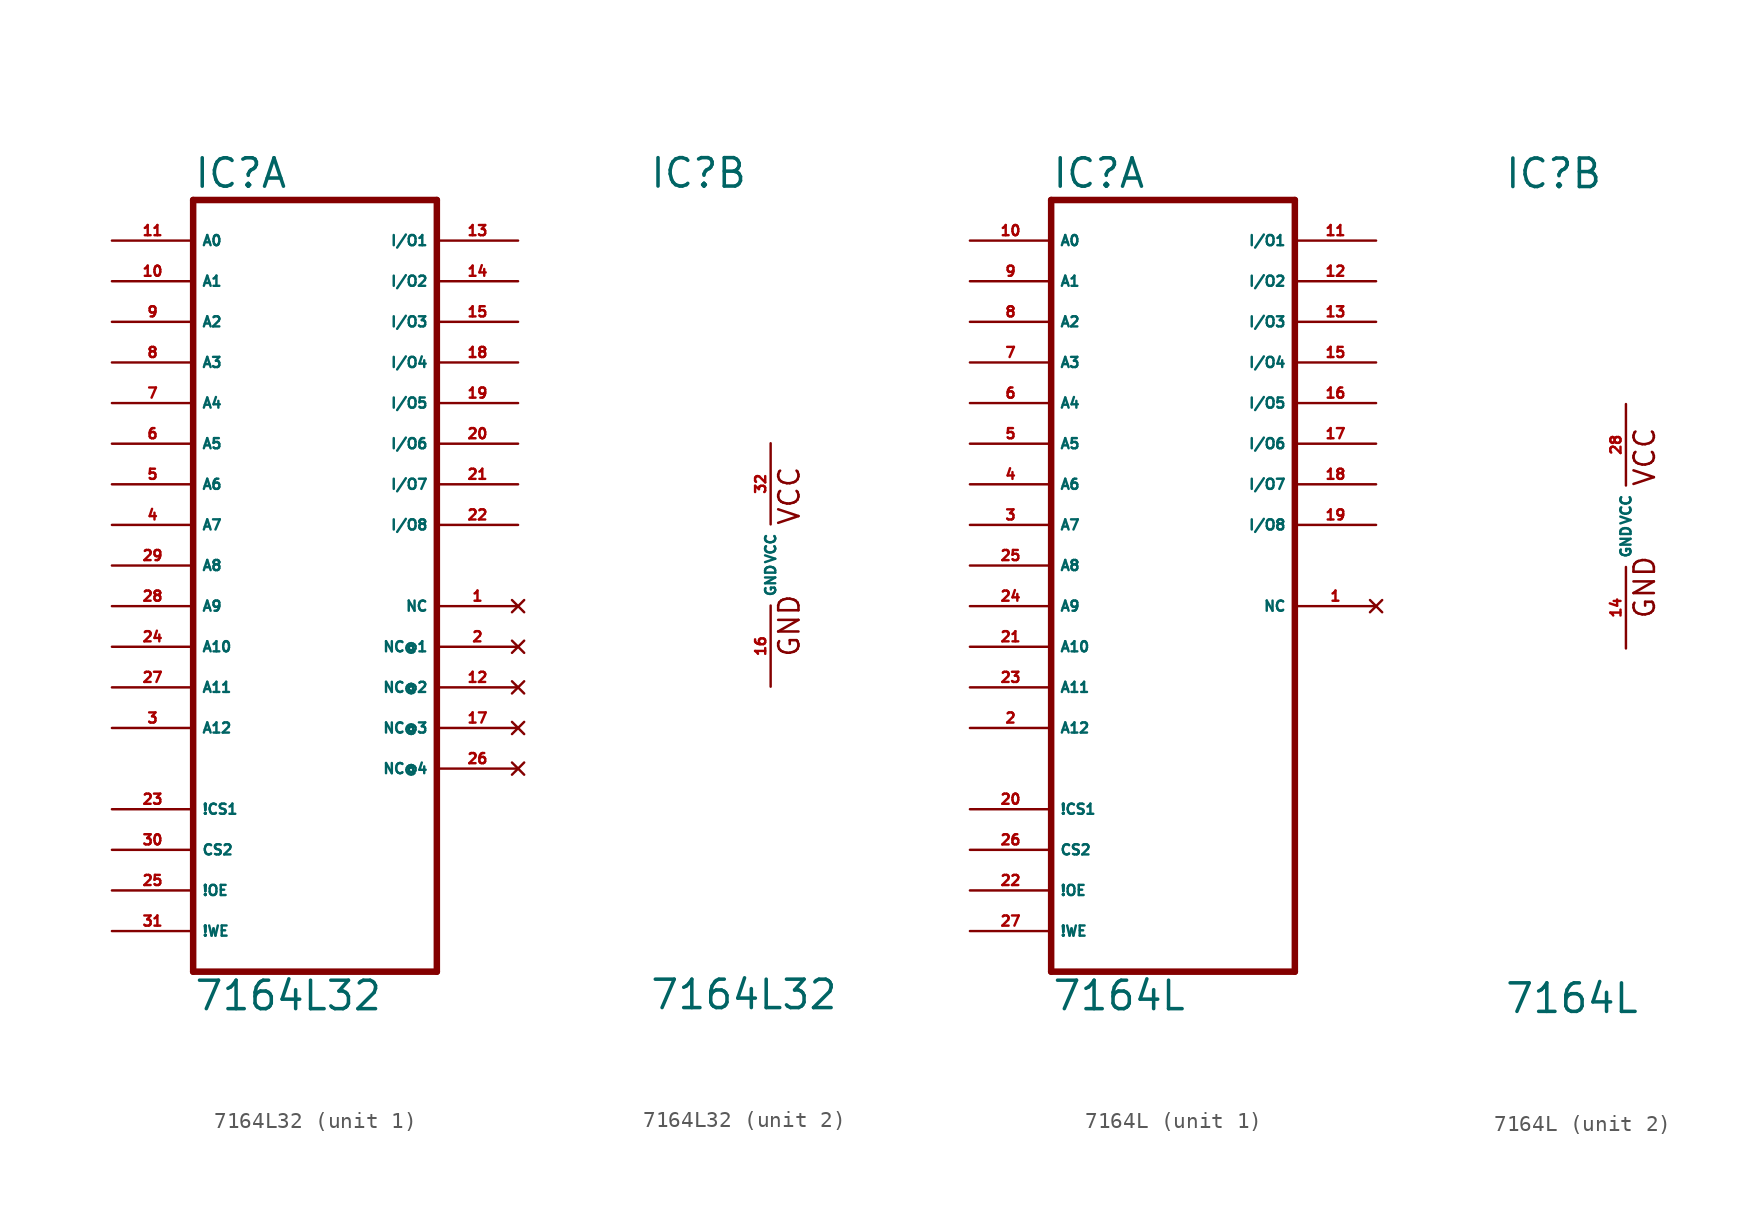
<source format=kicad_sym>
(kicad_symbol_lib
  (version 20220914)
  (generator Eagle2Kicad)
  (symbol "7164L32"
    (property "Reference" "IC"
      (at -7.62 23.495 0)
      (effects (font (size 1.778 1.778) (thickness 0.22)) (justify left bottom)))
    (property "Value" "7164L32"
      (at -7.62 -27.94 0)
      (effects (font (size 1.778 1.778) (thickness 0.22)) (justify left bottom)))
    (symbol "7164L32_1_0"
      (polyline (pts (xy -7.62 -25.4) (xy 7.62 -25.4)) (stroke (width 0.406) (type default)) (fill (type none)))
      (polyline (pts (xy 7.62 -25.4) (xy 7.62 22.86)) (stroke (width 0.406) (type default)) (fill (type none)))
      (polyline (pts (xy 7.62 22.86) (xy -7.62 22.86)) (stroke (width 0.406) (type default)) (fill (type none)))
      (polyline (pts (xy -7.62 22.86) (xy -7.62 -25.4)) (stroke (width 0.406) (type default)) (fill (type none)))
      (pin input line (at -12.7 20.32 0) (length 5.08) (name "A0" (effects (font (size 0.635 0.635) (thickness 0.08)) (justify left bottom))) (number "11" (effects (font (size 0.635 0.635) (thickness 0.08)) (justify left bottom))))
      (pin input line (at -12.7 17.78 0) (length 5.08) (name "A1" (effects (font (size 0.635 0.635) (thickness 0.08)) (justify left bottom))) (number "10" (effects (font (size 0.635 0.635) (thickness 0.08)) (justify left bottom))))
      (pin input line (at -12.7 15.24 0) (length 5.08) (name "A2" (effects (font (size 0.635 0.635) (thickness 0.08)) (justify left bottom))) (number "9" (effects (font (size 0.635 0.635) (thickness 0.08)) (justify left bottom))))
      (pin input line (at -12.7 12.7 0) (length 5.08) (name "A3" (effects (font (size 0.635 0.635) (thickness 0.08)) (justify left bottom))) (number "8" (effects (font (size 0.635 0.635) (thickness 0.08)) (justify left bottom))))
      (pin input line (at -12.7 10.16 0) (length 5.08) (name "A4" (effects (font (size 0.635 0.635) (thickness 0.08)) (justify left bottom))) (number "7" (effects (font (size 0.635 0.635) (thickness 0.08)) (justify left bottom))))
      (pin input line (at -12.7 7.62 0) (length 5.08) (name "A5" (effects (font (size 0.635 0.635) (thickness 0.08)) (justify left bottom))) (number "6" (effects (font (size 0.635 0.635) (thickness 0.08)) (justify left bottom))))
      (pin input line (at -12.7 5.08 0) (length 5.08) (name "A6" (effects (font (size 0.635 0.635) (thickness 0.08)) (justify left bottom))) (number "5" (effects (font (size 0.635 0.635) (thickness 0.08)) (justify left bottom))))
      (pin input line (at -12.7 2.54 0) (length 5.08) (name "A7" (effects (font (size 0.635 0.635) (thickness 0.08)) (justify left bottom))) (number "4" (effects (font (size 0.635 0.635) (thickness 0.08)) (justify left bottom))))
      (pin input line (at -12.7 0 0) (length 5.08) (name "A8" (effects (font (size 0.635 0.635) (thickness 0.08)) (justify left bottom))) (number "29" (effects (font (size 0.635 0.635) (thickness 0.08)) (justify left bottom))))
      (pin input line (at -12.7 -2.54 0) (length 5.08) (name "A9" (effects (font (size 0.635 0.635) (thickness 0.08)) (justify left bottom))) (number "28" (effects (font (size 0.635 0.635) (thickness 0.08)) (justify left bottom))))
      (pin input line (at -12.7 -5.08 0) (length 5.08) (name "A10" (effects (font (size 0.635 0.635) (thickness 0.08)) (justify left bottom))) (number "24" (effects (font (size 0.635 0.635) (thickness 0.08)) (justify left bottom))))
      (pin input line (at -12.7 -20.32 0) (length 5.08) (name "!OE" (effects (font (size 0.635 0.635) (thickness 0.08)) (justify left bottom))) (number "25" (effects (font (size 0.635 0.635) (thickness 0.08)) (justify left bottom))))
      (pin bidirectional line (at 12.7 10.16 180) (length 5.08) (name "I/O5" (effects (font (size 0.635 0.635) (thickness 0.08)) (justify left bottom))) (number "19" (effects (font (size 0.635 0.635) (thickness 0.08)) (justify left bottom))))
      (pin bidirectional line (at 12.7 7.62 180) (length 5.08) (name "I/O6" (effects (font (size 0.635 0.635) (thickness 0.08)) (justify left bottom))) (number "20" (effects (font (size 0.635 0.635) (thickness 0.08)) (justify left bottom))))
      (pin bidirectional line (at 12.7 5.08 180) (length 5.08) (name "I/O7" (effects (font (size 0.635 0.635) (thickness 0.08)) (justify left bottom))) (number "21" (effects (font (size 0.635 0.635) (thickness 0.08)) (justify left bottom))))
      (pin bidirectional line (at 12.7 2.54 180) (length 5.08) (name "I/O8" (effects (font (size 0.635 0.635) (thickness 0.08)) (justify left bottom))) (number "22" (effects (font (size 0.635 0.635) (thickness 0.08)) (justify left bottom))))
      (pin input line (at -12.7 -22.86 0) (length 5.08) (name "!WE" (effects (font (size 0.635 0.635) (thickness 0.08)) (justify left bottom))) (number "31" (effects (font (size 0.635 0.635) (thickness 0.08)) (justify left bottom))))
      (pin bidirectional line (at 12.7 20.32 180) (length 5.08) (name "I/O1" (effects (font (size 0.635 0.635) (thickness 0.08)) (justify left bottom))) (number "13" (effects (font (size 0.635 0.635) (thickness 0.08)) (justify left bottom))))
      (pin bidirectional line (at 12.7 17.78 180) (length 5.08) (name "I/O2" (effects (font (size 0.635 0.635) (thickness 0.08)) (justify left bottom))) (number "14" (effects (font (size 0.635 0.635) (thickness 0.08)) (justify left bottom))))
      (pin bidirectional line (at 12.7 15.24 180) (length 5.08) (name "I/O3" (effects (font (size 0.635 0.635) (thickness 0.08)) (justify left bottom))) (number "15" (effects (font (size 0.635 0.635) (thickness 0.08)) (justify left bottom))))
      (pin bidirectional line (at 12.7 12.7 180) (length 5.08) (name "I/O4" (effects (font (size 0.635 0.635) (thickness 0.08)) (justify left bottom))) (number "18" (effects (font (size 0.635 0.635) (thickness 0.08)) (justify left bottom))))
      (pin input line (at -12.7 -7.62 0) (length 5.08) (name "A11" (effects (font (size 0.635 0.635) (thickness 0.08)) (justify left bottom))) (number "27" (effects (font (size 0.635 0.635) (thickness 0.08)) (justify left bottom))))
      (pin input line (at -12.7 -15.24 0) (length 5.08) (name "!CS1" (effects (font (size 0.635 0.635) (thickness 0.08)) (justify left bottom))) (number "23" (effects (font (size 0.635 0.635) (thickness 0.08)) (justify left bottom))))
      (pin input line (at -12.7 -17.78 0) (length 5.08) (name "CS2" (effects (font (size 0.635 0.635) (thickness 0.08)) (justify left bottom))) (number "30" (effects (font (size 0.635 0.635) (thickness 0.08)) (justify left bottom))))
      (pin input line (at -12.7 -10.16 0) (length 5.08) (name "A12" (effects (font (size 0.635 0.635) (thickness 0.08)) (justify left bottom))) (number "3" (effects (font (size 0.635 0.635) (thickness 0.08)) (justify left bottom))))
      (pin no_connect line (at 12.7 -2.54 180) (length 5.08) (name "NC" (effects (font (size 0.635 0.635) (thickness 0.08)) (justify left bottom) hide)) (number "1" (effects (font (size 0.635 0.635) (thickness 0.08)) (justify left bottom) hide)))
      (pin no_connect line (at 12.7 -5.08 180) (length 5.08) (name "NC@1" (effects (font (size 0.635 0.635) (thickness 0.08)) (justify left bottom) hide)) (number "2" (effects (font (size 0.635 0.635) (thickness 0.08)) (justify left bottom) hide)))
      (pin no_connect line (at 12.7 -7.62 180) (length 5.08) (name "NC@2" (effects (font (size 0.635 0.635) (thickness 0.08)) (justify left bottom) hide)) (number "12" (effects (font (size 0.635 0.635) (thickness 0.08)) (justify left bottom) hide)))
      (pin no_connect line (at 12.7 -10.16 180) (length 5.08) (name "NC@3" (effects (font (size 0.635 0.635) (thickness 0.08)) (justify left bottom) hide)) (number "17" (effects (font (size 0.635 0.635) (thickness 0.08)) (justify left bottom) hide)))
      (pin no_connect line (at 12.7 -12.7 180) (length 5.08) (name "NC@4" (effects (font (size 0.635 0.635) (thickness 0.08)) (justify left bottom) hide)) (number "26" (effects (font (size 0.635 0.635) (thickness 0.08)) (justify left bottom) hide))))
    (symbol "7164L32_2_0"
      (text "GND" (at 1.905 -5.842 900) (effects (font (size 1.27 1.27) (thickness 0.16)) (justify left bottom)))
      (text "VCC" (at 1.905 2.413 900) (effects (font (size 1.27 1.27) (thickness 0.16)) (justify left bottom)))
      (pin unspecified line (at 0 7.62 270) (length 5.08) (name "VCC" (effects (font (size 0.635 0.635) (thickness 0.08)) (justify left bottom))) (number "32" (effects (font (size 0.635 0.635) (thickness 0.08)) (justify left bottom))))
      (pin unspecified line (at 0 -7.62 90) (length 5.08) (name "GND" (effects (font (size 0.635 0.635) (thickness 0.08)) (justify left bottom))) (number "16" (effects (font (size 0.635 0.635) (thickness 0.08)) (justify left bottom))))))
  (symbol "7164L"
    (property "Reference" "IC"
      (at -7.62 20.955 0)
      (effects (font (size 1.778 1.778) (thickness 0.22)) (justify left bottom)))
    (property "Value" "7164L"
      (at -7.62 -30.48 0)
      (effects (font (size 1.778 1.778) (thickness 0.22)) (justify left bottom)))
    (symbol "7164L_1_0"
      (polyline (pts (xy -7.62 -27.94) (xy 7.62 -27.94)) (stroke (width 0.406) (type default)) (fill (type none)))
      (polyline (pts (xy 7.62 -27.94) (xy 7.62 20.32)) (stroke (width 0.406) (type default)) (fill (type none)))
      (polyline (pts (xy 7.62 20.32) (xy -7.62 20.32)) (stroke (width 0.406) (type default)) (fill (type none)))
      (polyline (pts (xy -7.62 20.32) (xy -7.62 -27.94)) (stroke (width 0.406) (type default)) (fill (type none)))
      (pin input line (at -12.7 17.78 0) (length 5.08) (name "A0" (effects (font (size 0.635 0.635) (thickness 0.08)) (justify left bottom))) (number "10" (effects (font (size 0.635 0.635) (thickness 0.08)) (justify left bottom))))
      (pin input line (at -12.7 15.24 0) (length 5.08) (name "A1" (effects (font (size 0.635 0.635) (thickness 0.08)) (justify left bottom))) (number "9" (effects (font (size 0.635 0.635) (thickness 0.08)) (justify left bottom))))
      (pin input line (at -12.7 12.7 0) (length 5.08) (name "A2" (effects (font (size 0.635 0.635) (thickness 0.08)) (justify left bottom))) (number "8" (effects (font (size 0.635 0.635) (thickness 0.08)) (justify left bottom))))
      (pin input line (at -12.7 10.16 0) (length 5.08) (name "A3" (effects (font (size 0.635 0.635) (thickness 0.08)) (justify left bottom))) (number "7" (effects (font (size 0.635 0.635) (thickness 0.08)) (justify left bottom))))
      (pin input line (at -12.7 7.62 0) (length 5.08) (name "A4" (effects (font (size 0.635 0.635) (thickness 0.08)) (justify left bottom))) (number "6" (effects (font (size 0.635 0.635) (thickness 0.08)) (justify left bottom))))
      (pin input line (at -12.7 5.08 0) (length 5.08) (name "A5" (effects (font (size 0.635 0.635) (thickness 0.08)) (justify left bottom))) (number "5" (effects (font (size 0.635 0.635) (thickness 0.08)) (justify left bottom))))
      (pin input line (at -12.7 2.54 0) (length 5.08) (name "A6" (effects (font (size 0.635 0.635) (thickness 0.08)) (justify left bottom))) (number "4" (effects (font (size 0.635 0.635) (thickness 0.08)) (justify left bottom))))
      (pin input line (at -12.7 0 0) (length 5.08) (name "A7" (effects (font (size 0.635 0.635) (thickness 0.08)) (justify left bottom))) (number "3" (effects (font (size 0.635 0.635) (thickness 0.08)) (justify left bottom))))
      (pin input line (at -12.7 -2.54 0) (length 5.08) (name "A8" (effects (font (size 0.635 0.635) (thickness 0.08)) (justify left bottom))) (number "25" (effects (font (size 0.635 0.635) (thickness 0.08)) (justify left bottom))))
      (pin input line (at -12.7 -5.08 0) (length 5.08) (name "A9" (effects (font (size 0.635 0.635) (thickness 0.08)) (justify left bottom))) (number "24" (effects (font (size 0.635 0.635) (thickness 0.08)) (justify left bottom))))
      (pin input line (at -12.7 -7.62 0) (length 5.08) (name "A10" (effects (font (size 0.635 0.635) (thickness 0.08)) (justify left bottom))) (number "21" (effects (font (size 0.635 0.635) (thickness 0.08)) (justify left bottom))))
      (pin input line (at -12.7 -22.86 0) (length 5.08) (name "!OE" (effects (font (size 0.635 0.635) (thickness 0.08)) (justify left bottom))) (number "22" (effects (font (size 0.635 0.635) (thickness 0.08)) (justify left bottom))))
      (pin bidirectional line (at 12.7 7.62 180) (length 5.08) (name "I/O5" (effects (font (size 0.635 0.635) (thickness 0.08)) (justify left bottom))) (number "16" (effects (font (size 0.635 0.635) (thickness 0.08)) (justify left bottom))))
      (pin bidirectional line (at 12.7 5.08 180) (length 5.08) (name "I/O6" (effects (font (size 0.635 0.635) (thickness 0.08)) (justify left bottom))) (number "17" (effects (font (size 0.635 0.635) (thickness 0.08)) (justify left bottom))))
      (pin bidirectional line (at 12.7 2.54 180) (length 5.08) (name "I/O7" (effects (font (size 0.635 0.635) (thickness 0.08)) (justify left bottom))) (number "18" (effects (font (size 0.635 0.635) (thickness 0.08)) (justify left bottom))))
      (pin bidirectional line (at 12.7 0 180) (length 5.08) (name "I/O8" (effects (font (size 0.635 0.635) (thickness 0.08)) (justify left bottom))) (number "19" (effects (font (size 0.635 0.635) (thickness 0.08)) (justify left bottom))))
      (pin input line (at -12.7 -25.4 0) (length 5.08) (name "!WE" (effects (font (size 0.635 0.635) (thickness 0.08)) (justify left bottom))) (number "27" (effects (font (size 0.635 0.635) (thickness 0.08)) (justify left bottom))))
      (pin bidirectional line (at 12.7 17.78 180) (length 5.08) (name "I/O1" (effects (font (size 0.635 0.635) (thickness 0.08)) (justify left bottom))) (number "11" (effects (font (size 0.635 0.635) (thickness 0.08)) (justify left bottom))))
      (pin bidirectional line (at 12.7 15.24 180) (length 5.08) (name "I/O2" (effects (font (size 0.635 0.635) (thickness 0.08)) (justify left bottom))) (number "12" (effects (font (size 0.635 0.635) (thickness 0.08)) (justify left bottom))))
      (pin bidirectional line (at 12.7 12.7 180) (length 5.08) (name "I/O3" (effects (font (size 0.635 0.635) (thickness 0.08)) (justify left bottom))) (number "13" (effects (font (size 0.635 0.635) (thickness 0.08)) (justify left bottom))))
      (pin bidirectional line (at 12.7 10.16 180) (length 5.08) (name "I/O4" (effects (font (size 0.635 0.635) (thickness 0.08)) (justify left bottom))) (number "15" (effects (font (size 0.635 0.635) (thickness 0.08)) (justify left bottom))))
      (pin input line (at -12.7 -10.16 0) (length 5.08) (name "A11" (effects (font (size 0.635 0.635) (thickness 0.08)) (justify left bottom))) (number "23" (effects (font (size 0.635 0.635) (thickness 0.08)) (justify left bottom))))
      (pin input line (at -12.7 -17.78 0) (length 5.08) (name "!CS1" (effects (font (size 0.635 0.635) (thickness 0.08)) (justify left bottom))) (number "20" (effects (font (size 0.635 0.635) (thickness 0.08)) (justify left bottom))))
      (pin input line (at -12.7 -20.32 0) (length 5.08) (name "CS2" (effects (font (size 0.635 0.635) (thickness 0.08)) (justify left bottom))) (number "26" (effects (font (size 0.635 0.635) (thickness 0.08)) (justify left bottom))))
      (pin input line (at -12.7 -12.7 0) (length 5.08) (name "A12" (effects (font (size 0.635 0.635) (thickness 0.08)) (justify left bottom))) (number "2" (effects (font (size 0.635 0.635) (thickness 0.08)) (justify left bottom))))
      (pin no_connect line (at 12.7 -5.08 180) (length 5.08) (name "NC" (effects (font (size 0.635 0.635) (thickness 0.08)) (justify left bottom) hide)) (number "1" (effects (font (size 0.635 0.635) (thickness 0.08)) (justify left bottom) hide))))
    (symbol "7164L_2_0"
      (text "GND" (at 1.905 -5.842 900) (effects (font (size 1.27 1.27) (thickness 0.16)) (justify left bottom)))
      (text "VCC" (at 1.905 2.413 900) (effects (font (size 1.27 1.27) (thickness 0.16)) (justify left bottom)))
      (pin unspecified line (at 0 7.62 270) (length 5.08) (name "VCC" (effects (font (size 0.635 0.635) (thickness 0.08)) (justify left bottom))) (number "28" (effects (font (size 0.635 0.635) (thickness 0.08)) (justify left bottom))))
      (pin unspecified line (at 0 -7.62 90) (length 5.08) (name "GND" (effects (font (size 0.635 0.635) (thickness 0.08)) (justify left bottom))) (number "14" (effects (font (size 0.635 0.635) (thickness 0.08)) (justify left bottom)))))))
</source>
